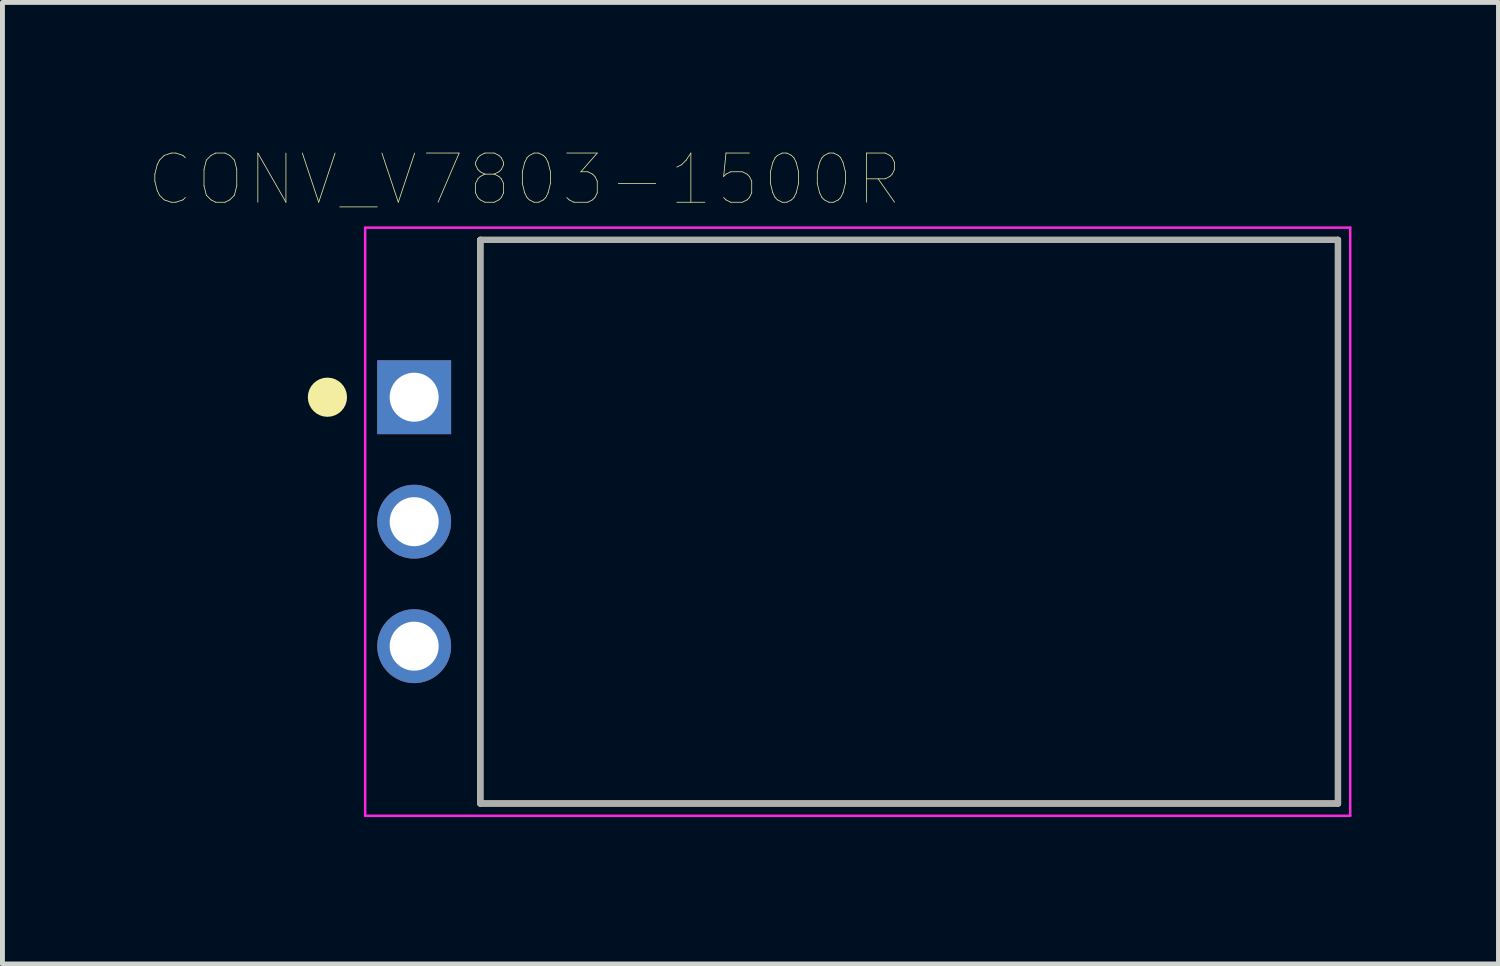
<source format=kicad_pcb>
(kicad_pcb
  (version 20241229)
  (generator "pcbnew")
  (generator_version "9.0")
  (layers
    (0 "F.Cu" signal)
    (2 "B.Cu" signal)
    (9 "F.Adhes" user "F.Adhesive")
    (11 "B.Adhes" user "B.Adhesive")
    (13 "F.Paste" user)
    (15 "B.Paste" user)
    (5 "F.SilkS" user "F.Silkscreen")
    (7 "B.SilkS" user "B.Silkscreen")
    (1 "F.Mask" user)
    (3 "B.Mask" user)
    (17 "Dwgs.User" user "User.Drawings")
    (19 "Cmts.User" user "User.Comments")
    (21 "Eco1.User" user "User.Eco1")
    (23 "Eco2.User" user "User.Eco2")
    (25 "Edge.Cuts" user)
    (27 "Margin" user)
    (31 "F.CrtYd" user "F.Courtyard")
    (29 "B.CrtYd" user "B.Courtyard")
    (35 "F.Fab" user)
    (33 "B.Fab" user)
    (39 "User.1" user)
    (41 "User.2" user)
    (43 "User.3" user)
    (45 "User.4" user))
  (footprint "CONV_V7803-1500R"
    (layer "F.Cu")
    (at 15.501 7.595)
    (property "Reference" "CONV_V7803-1500R" (at -7.845 -6.982 0) (layer "F.SilkS") (effects (font (size 1.003 1.003) (thickness 0.015))))
    (attr through_hole)
    (fp_line (start -8.75 -5.75) (end 8.75 -5.75) (stroke (width 0.127) (type solid)) (layer "F.SilkS"))
    (fp_line (start -8.75 5.75) (end -8.75 -5.75) (stroke (width 0.127) (type solid)) (layer "F.SilkS"))
    (fp_line (start 8.75 -5.75) (end 8.75 5.75) (stroke (width 0.127) (type solid)) (layer "F.SilkS"))
    (fp_line (start 8.75 5.75) (end -8.75 5.75) (stroke (width 0.127) (type solid)) (layer "F.SilkS"))
    (fp_circle (center -11.87 -2.54) (end -11.67 -2.54) (stroke (width 0.4) (type solid)) (fill no) (layer "F.SilkS"))
    (fp_line (start -11.1 -6) (end 9 -6) (stroke (width 0.05) (type solid)) (layer "F.CrtYd"))
    (fp_line (start -11.1 6) (end -11.1 -6) (stroke (width 0.05) (type solid)) (layer "F.CrtYd"))
    (fp_line (start 9 -6) (end 9 6) (stroke (width 0.05) (type solid)) (layer "F.CrtYd"))
    (fp_line (start 9 6) (end -11.1 6) (stroke (width 0.05) (type solid)) (layer "F.CrtYd"))
    (fp_line (start -8.75 -5.75) (end 8.75 -5.75) (stroke (width 0.127) (type solid)) (layer "F.Fab"))
    (fp_line (start -8.75 5.75) (end -8.75 -5.75) (stroke (width 0.127) (type solid)) (layer "F.Fab"))
    (fp_line (start 8.75 -5.75) (end 8.75 5.75) (stroke (width 0.127) (type solid)) (layer "F.Fab"))
    (fp_line (start 8.75 5.75) (end -8.75 5.75) (stroke (width 0.127) (type solid)) (layer "F.Fab"))
    (fp_circle (center -10.1 -2.54) (end -9.9 -2.54) (stroke (width 0.4) (type solid)) (fill no) (layer "F.Fab"))
    (pad "1" thru_hole rect (at -10.1 -2.54) (size 1.508 1.508) (drill 1) (layers "*.Cu" "*.Mask"))
    (pad "2" thru_hole circle (at -10.1 0) (size 1.508 1.508) (drill 1) (layers "*.Cu" "*.Mask"))
    (pad "3" thru_hole circle (at -10.1 2.54) (size 1.508 1.508) (drill 1) (layers "*.Cu" "*.Mask")))
  (gr_rect
    (start -3 -3)
    (end 27.526 16.62)
    (stroke (width 0.1) (type default))
    (fill no)
    (layer "Edge.Cuts")))
</source>
